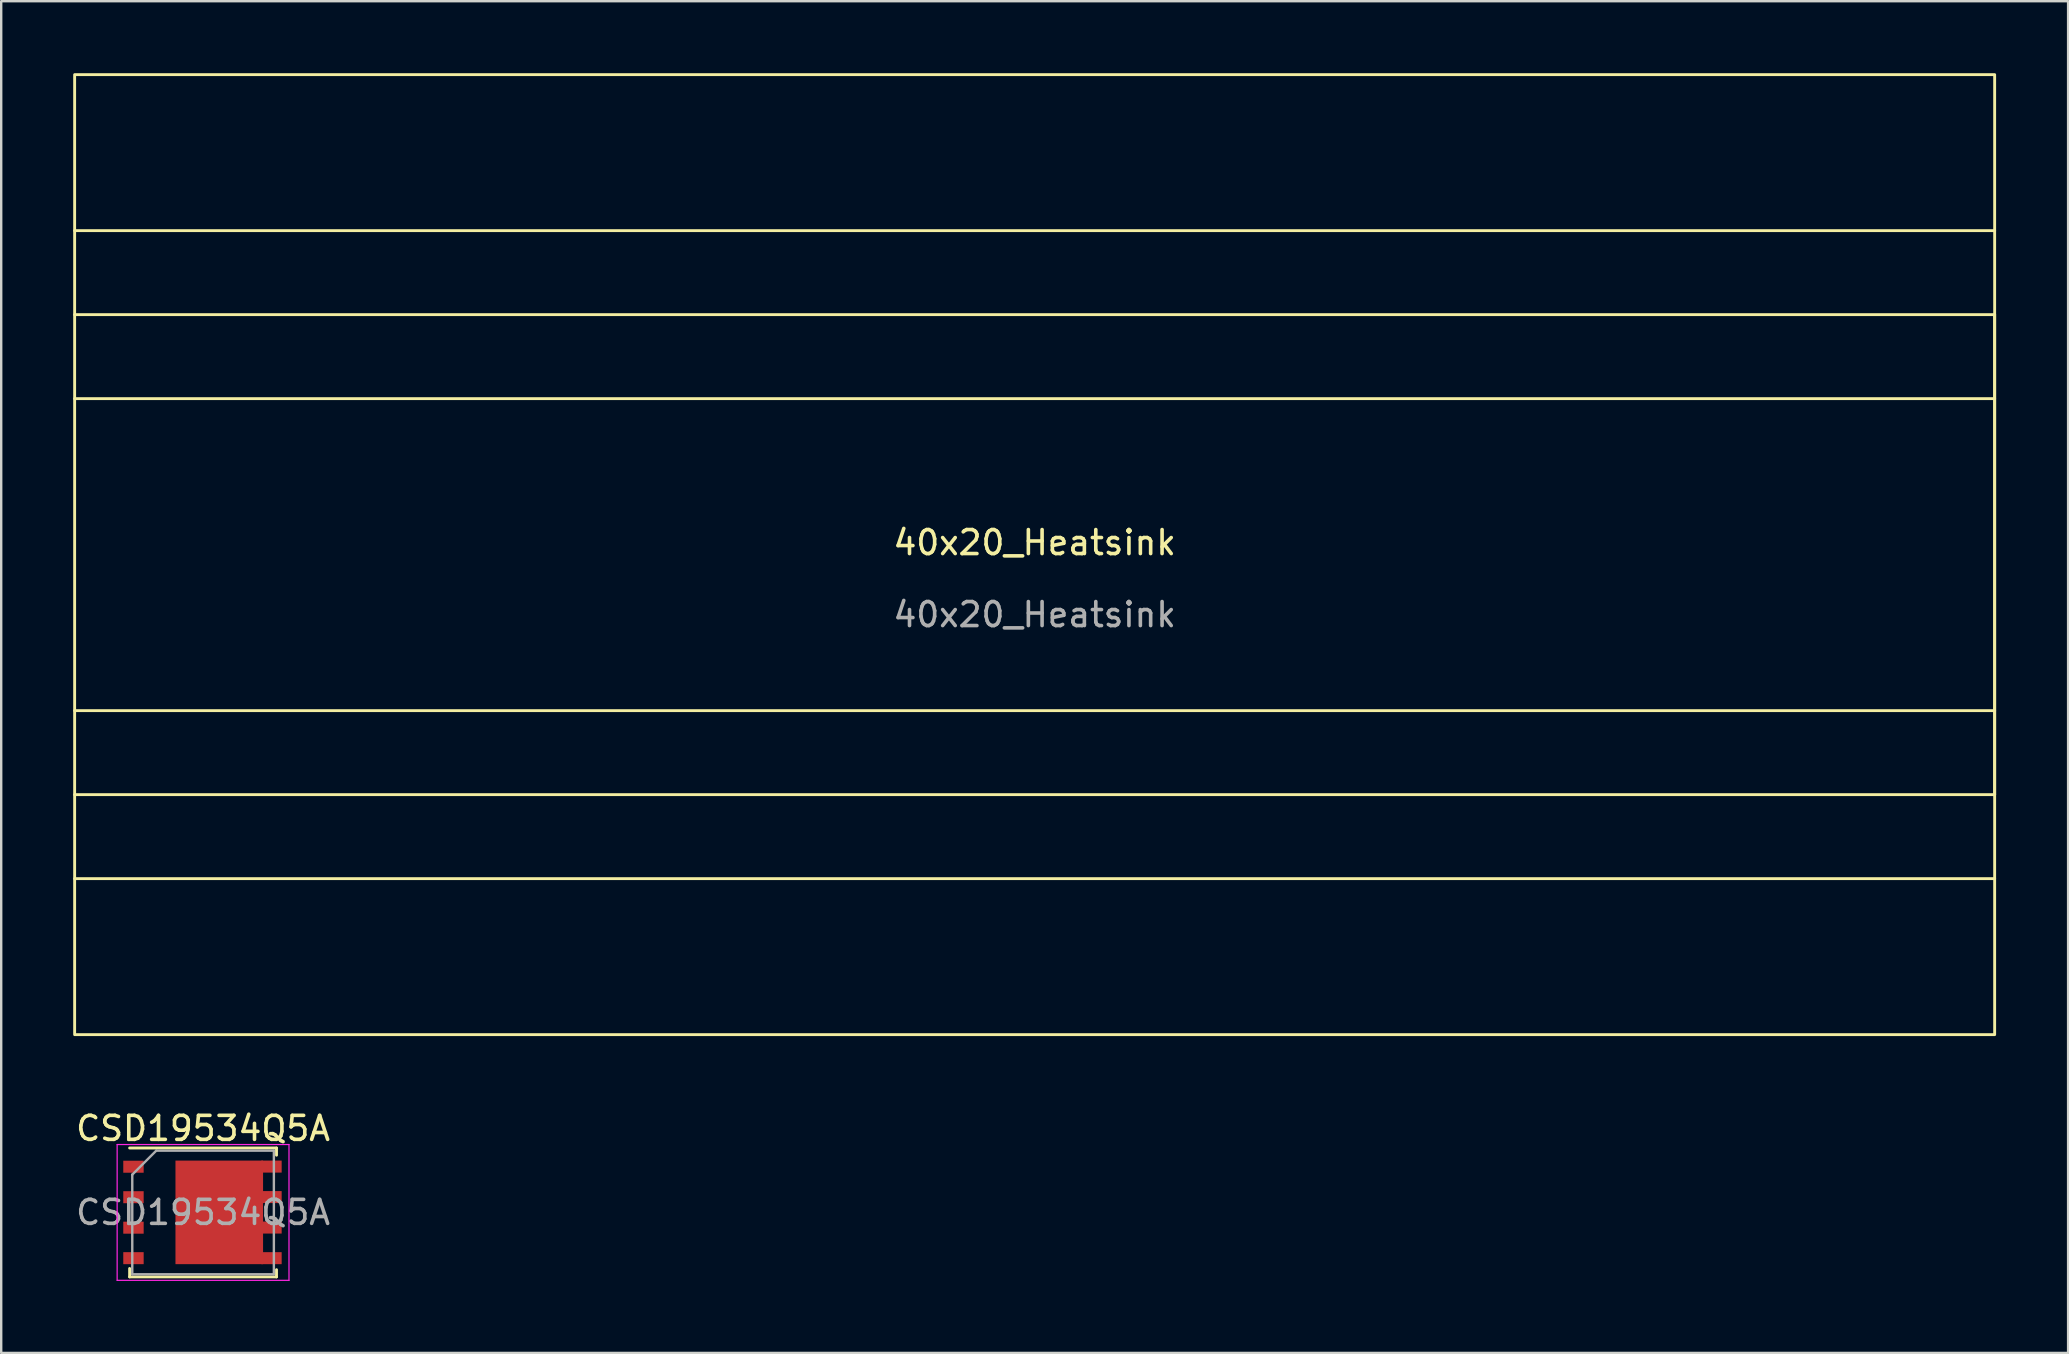
<source format=kicad_pcb>
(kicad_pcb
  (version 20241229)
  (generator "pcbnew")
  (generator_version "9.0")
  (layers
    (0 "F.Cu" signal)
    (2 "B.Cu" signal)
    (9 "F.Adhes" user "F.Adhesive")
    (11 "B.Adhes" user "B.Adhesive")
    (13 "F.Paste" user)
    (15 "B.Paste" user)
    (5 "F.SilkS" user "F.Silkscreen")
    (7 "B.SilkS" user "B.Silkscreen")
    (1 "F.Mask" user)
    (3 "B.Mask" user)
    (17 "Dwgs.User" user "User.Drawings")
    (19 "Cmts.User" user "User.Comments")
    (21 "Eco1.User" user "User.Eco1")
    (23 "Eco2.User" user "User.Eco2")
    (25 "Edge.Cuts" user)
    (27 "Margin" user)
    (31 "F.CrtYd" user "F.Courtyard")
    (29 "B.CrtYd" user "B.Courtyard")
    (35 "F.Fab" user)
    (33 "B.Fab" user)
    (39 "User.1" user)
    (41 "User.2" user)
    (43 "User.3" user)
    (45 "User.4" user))
  (footprint "CSD19534Q5A"
    (layer "F.Cu")
    (at 5.411 47.468)
    (property "Reference" "CSD19534Q5A" (at 0 -3.5 0) (layer "F.SilkS") (effects (font (size 1 1) (thickness 0.15))))
    (attr smd)
    (fp_line (start -3.06 2.335) (end -3.06 2.685) (stroke (width 0.12) (type solid)) (layer "F.SilkS"))
    (fp_line (start 3.06 -2.685) (end -3.06 -2.685) (stroke (width 0.12) (type solid)) (layer "F.SilkS"))
    (fp_line (start 3.06 -2.385) (end 3.06 -2.685) (stroke (width 0.12) (type solid)) (layer "F.SilkS"))
    (fp_line (start 3.06 2.385) (end 3.06 2.685) (stroke (width 0.12) (type solid)) (layer "F.SilkS"))
    (fp_line (start 3.06 2.685) (end -3.06 2.685) (stroke (width 0.12) (type solid)) (layer "F.SilkS"))
    (fp_line (start -3.58 -2.83) (end -3.58 2.83) (stroke (width 0.05) (type solid)) (layer "F.CrtYd"))
    (fp_line (start -3.58 2.83) (end 3.58 2.83) (stroke (width 0.05) (type solid)) (layer "F.CrtYd"))
    (fp_line (start 3.58 -2.83) (end -3.58 -2.83) (stroke (width 0.05) (type solid)) (layer "F.CrtYd"))
    (fp_line (start 3.58 2.83) (end 3.58 -2.83) (stroke (width 0.05) (type solid)) (layer "F.CrtYd"))
    (fp_line (start -2.95 2.575) (end -2.95 -1.575) (stroke (width 0.1) (type solid)) (layer "F.Fab"))
    (fp_line (start -1.95 -2.575) (end -2.95 -1.575) (stroke (width 0.1) (type solid)) (layer "F.Fab"))
    (fp_line (start -1.95 -2.575) (end 2.95 -2.575) (stroke (width 0.1) (type solid)) (layer "F.Fab"))
    (fp_line (start 2.95 -2.575) (end 2.95 2.575) (stroke (width 0.1) (type solid)) (layer "F.Fab"))
    (fp_line (start 2.95 2.575) (end -2.95 2.575) (stroke (width 0.1) (type solid)) (layer "F.Fab"))
    (fp_text user "${REFERENCE}" (at 0 0 0) (layer "F.Fab") (effects (font (size 1 1) (thickness 0.15))))
    (pad "" smd rect (at -0.2 -0.85) (size 1.5 1.5) (layers "F.Paste"))
    (pad "" smd rect (at -0.2 0.85) (size 1.5 1.5) (layers "F.Paste"))
    (pad "" smd custom (at 0.65 0) (size 3.75 4.41) (layers "F.Mask") (options (anchor rect)) (primitives (gr_poly (pts (xy 2.675 -1.605) (xy 1.875 -1.605) (xy 1.875 -2.205) (xy 2.675 -2.205)) (width 0) (fill yes)) (gr_poly (pts (xy 2.675 -0.335) (xy 1.875 -0.335) (xy 1.875 -0.935) (xy 2.675 -0.935)) (width 0) (fill yes)) (gr_poly (pts (xy 2.675 0.935) (xy 1.875 0.935) (xy 1.875 0.335) (xy 2.675 0.335)) (width 0) (fill yes)) (gr_poly (pts (xy 2.675 2.205) (xy 1.875 2.205) (xy 1.875 1.605) (xy 2.675 1.605)) (width 0) (fill yes))))
    (pad "" smd rect (at 1.5 -0.85) (size 1.5 1.5) (layers "F.Paste"))
    (pad "" smd rect (at 1.5 0.85) (size 1.5 1.5) (layers "F.Paste"))
    (pad "" smd rect (at 2.905 -1.905) (size 0.75 0.5) (layers "F.Paste"))
    (pad "" smd rect (at 2.905 -0.635) (size 0.75 0.5) (layers "F.Paste"))
    (pad "" smd rect (at 2.905 0.635) (size 0.75 0.5) (layers "F.Paste"))
    (pad "" smd rect (at 2.905 1.905) (size 0.75 0.5) (layers "F.Paste"))
    (pad "1" smd rect (at -2.9 -1.905) (size 0.85 0.5) (layers "F.Cu" "F.Mask" "F.Paste"))
    (pad "1" smd rect (at -2.9 -0.635) (size 0.85 0.5) (layers "F.Cu" "F.Mask" "F.Paste"))
    (pad "1" smd rect (at -2.9 0.635) (size 0.85 0.5) (layers "F.Cu" "F.Mask" "F.Paste"))
    (pad "4" smd rect (at -2.9 1.905) (size 0.85 0.5) (layers "F.Cu" "F.Mask" "F.Paste"))
    (pad "5" smd rect (at 0.675 -0.003) (size 3.65 4.315) (layers "F.Cu"))
    (pad "5" smd rect (at 2.85 -1.91) (size 0.85 0.5) (layers "F.Cu" "F.Mask" "F.Paste"))
    (pad "5" smd rect (at 2.85 -0.64) (size 0.85 0.5) (layers "F.Cu" "F.Mask" "F.Paste"))
    (pad "5" smd rect (at 2.85 0.63) (size 0.85 0.5) (layers "F.Cu" "F.Mask" "F.Paste"))
    (pad "5" smd rect (at 2.85 1.905) (size 0.85 0.5) (layers "F.Cu" "F.Mask" "F.Paste")))
  (footprint "40x20_Heatsink"
    (layer "F.Cu")
    (at 40.06 20.06)
    (property "Reference" "40x20_Heatsink" (at 0 -0.5 0) (unlocked yes) (layer "F.SilkS") (effects (font (size 1 1) (thickness 0.15))))
    (attr through_hole)
    (fp_line (start -40 -13.5) (end 40 -13.5) (stroke (width 0.12) (type solid)) (layer "F.SilkS"))
    (fp_line (start -40 -6.5) (end 40 -6.5) (stroke (width 0.12) (type solid)) (layer "F.SilkS"))
    (fp_line (start -40 6.5) (end 40 6.5) (stroke (width 0.12) (type solid)) (layer "F.SilkS"))
    (fp_line (start -40 10) (end 40 10) (stroke (width 0.12) (type solid)) (layer "F.SilkS"))
    (fp_line (start -40 13.5) (end 40 13.5) (stroke (width 0.12) (type solid)) (layer "F.SilkS"))
    (fp_line (start 40 -10) (end -40 -10) (stroke (width 0.12) (type solid)) (layer "F.SilkS"))
    (fp_line (start 40 10) (end 40 -10) (stroke (width 0.12) (type solid)) (layer "F.SilkS"))
    (fp_rect (start -40 20) (end 40 -20) (stroke (width 0.12) (type solid)) (fill no) (layer "F.SilkS"))
    (fp_text user "${REFERENCE}" (at 0 2.5 0) (unlocked yes) (layer "F.Fab") (effects (font (size 1 1) (thickness 0.15)))))
  (gr_rect
    (start -3 -3)
    (end 83.12 53.323)
    (stroke (width 0.1) (type default))
    (fill no)
    (layer "Edge.Cuts")))
</source>
